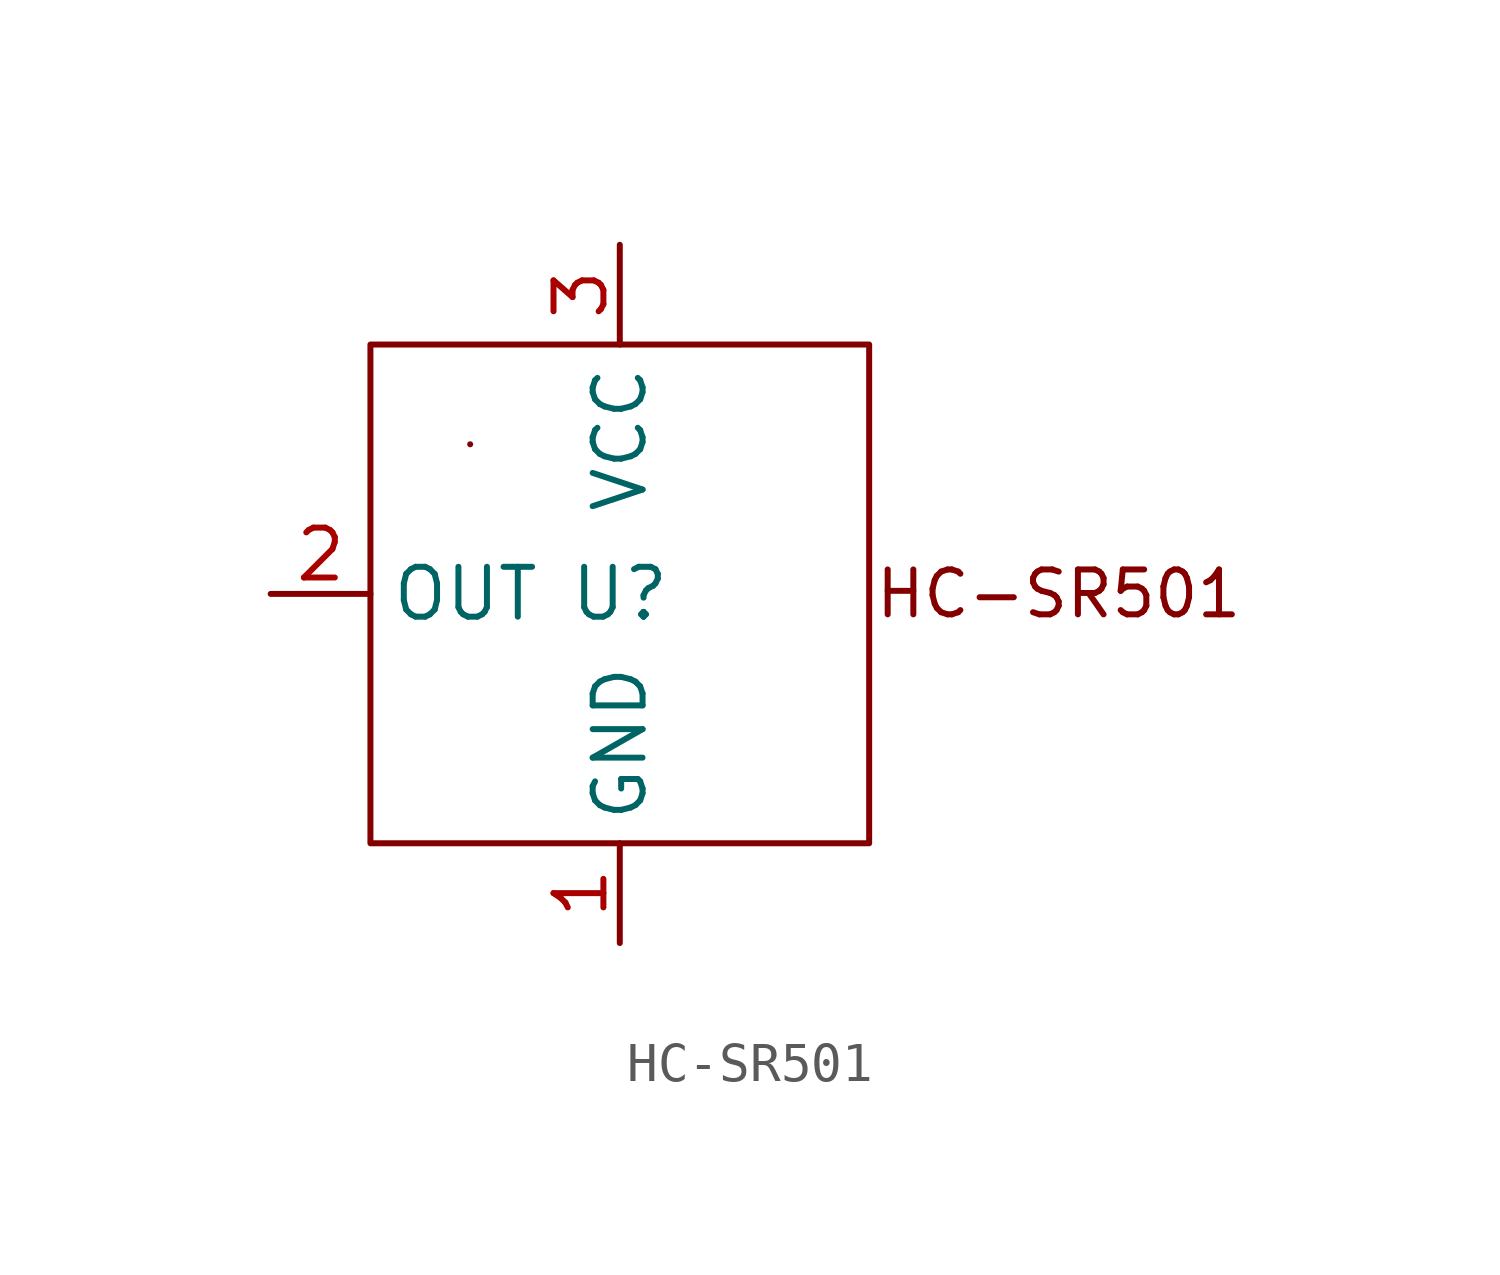
<source format=kicad_sym>
(kicad_symbol_lib
  (version 20241209)
  (generator "kicad_symbol_editor")
  (generator_version "9.0")
  (symbol "HC-SR501"
    (property "Reference" "U"
      (at 0 0 0)
      (effects (font (size 1.27 1.27))))
    (property "Value" ""
      (at 0 0 0)
      (effects (font (size 1.27 1.27))))
    (symbol "HC-SR501_0_1"
      (rectangle (start -6.35 6.35) (end 6.35 -6.35) (stroke (width 0) (type default)) (fill (type none)))
      (rectangle (start -3.81 3.81) (end -3.81 3.81) (stroke (width 0) (type default)) (fill (type none))))
    (symbol "HC-SR501_1_1"
      (text "HC-SR501" (at 11.176 0 0) (effects (font (size 1.143 1.143))))
      (pin output line (at -8.89 0 0) (length 2.54) (name "OUT" (effects (font (size 1.27 1.27)))) (number "2" (effects (font (size 1.27 1.27)))))
      (pin power_in line (at 0 8.89 270) (length 2.54) (name "VCC" (effects (font (size 1.27 1.27)))) (number "3" (effects (font (size 1.27 1.27)))))
      (pin power_out line (at 0 -8.89 90) (length 2.54) (name "GND" (effects (font (size 1.27 1.27)))) (number "1" (effects (font (size 1.27 1.27))))))))
</source>
